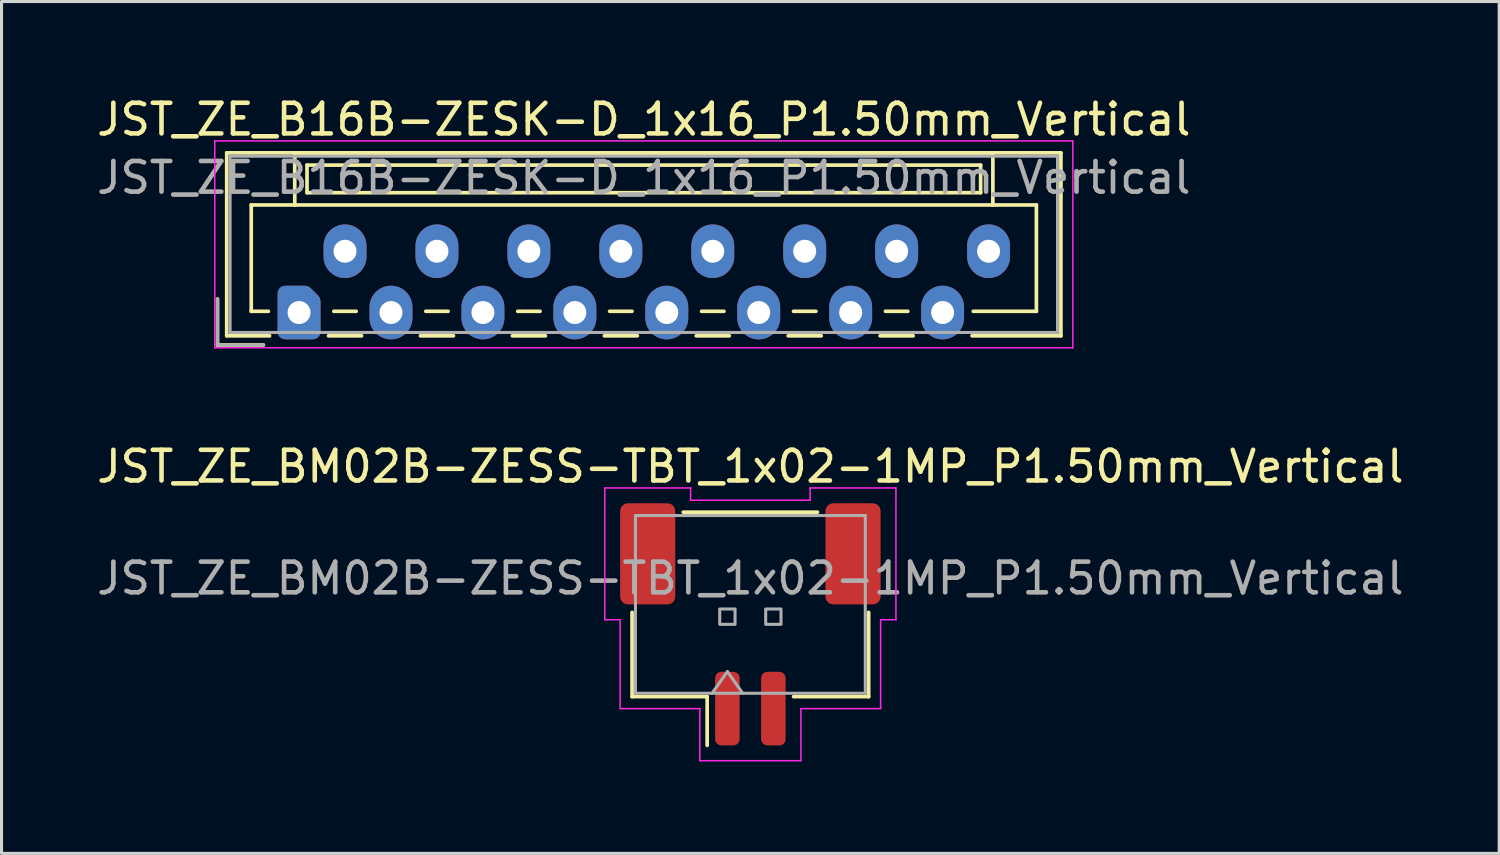
<source format=kicad_pcb>
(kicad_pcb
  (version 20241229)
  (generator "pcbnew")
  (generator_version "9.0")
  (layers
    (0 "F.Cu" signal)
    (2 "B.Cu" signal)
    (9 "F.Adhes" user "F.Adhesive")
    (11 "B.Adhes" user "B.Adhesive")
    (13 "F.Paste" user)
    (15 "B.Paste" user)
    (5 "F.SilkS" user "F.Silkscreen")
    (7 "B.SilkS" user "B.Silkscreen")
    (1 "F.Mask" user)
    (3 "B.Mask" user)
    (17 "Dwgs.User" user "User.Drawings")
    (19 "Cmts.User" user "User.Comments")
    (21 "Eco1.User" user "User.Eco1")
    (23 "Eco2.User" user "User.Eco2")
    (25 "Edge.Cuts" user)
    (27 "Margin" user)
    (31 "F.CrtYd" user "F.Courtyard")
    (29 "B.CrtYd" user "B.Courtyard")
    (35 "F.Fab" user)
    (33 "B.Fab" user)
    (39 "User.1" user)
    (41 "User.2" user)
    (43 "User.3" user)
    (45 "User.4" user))
  (footprint "JST_ZE_BM02B-ZESS-TBT_1x02-1MP_P1.50mm_Vertical"
    (layer "F.Cu")
    (at 21.435 17.322)
    (property "Reference" "JST_ZE_BM02B-ZESS-TBT_1x02-1MP_P1.50mm_Vertical" (at 0 -5.15 0) (layer "F.SilkS") (effects (font (size 1 1) (thickness 0.15))))
    (attr smd)
    (fp_line (start -3.86 -0.39) (end -3.86 2.36) (stroke (width 0.12) (type solid)) (layer "F.SilkS"))
    (fp_line (start -3.86 2.36) (end -1.41 2.36) (stroke (width 0.12) (type solid)) (layer "F.SilkS"))
    (fp_line (start -2.19 -3.66) (end 2.19 -3.66) (stroke (width 0.12) (type solid)) (layer "F.SilkS"))
    (fp_line (start -1.41 2.36) (end -1.41 3.95) (stroke (width 0.12) (type solid)) (layer "F.SilkS"))
    (fp_line (start 3.86 -0.39) (end 3.86 2.36) (stroke (width 0.12) (type solid)) (layer "F.SilkS"))
    (fp_line (start 3.86 2.36) (end 1.41 2.36) (stroke (width 0.12) (type solid)) (layer "F.SilkS"))
    (fp_line (start -4.75 -4.45) (end -1.95 -4.45) (stroke (width 0.05) (type solid)) (layer "F.CrtYd"))
    (fp_line (start -4.75 -0.15) (end -4.75 -4.45) (stroke (width 0.05) (type solid)) (layer "F.CrtYd"))
    (fp_line (start -4.25 -0.15) (end -4.75 -0.15) (stroke (width 0.05) (type solid)) (layer "F.CrtYd"))
    (fp_line (start -4.25 2.75) (end -4.25 -0.15) (stroke (width 0.05) (type solid)) (layer "F.CrtYd"))
    (fp_line (start -1.95 -4.45) (end -1.95 -4.05) (stroke (width 0.05) (type solid)) (layer "F.CrtYd"))
    (fp_line (start -1.95 -4.05) (end 1.95 -4.05) (stroke (width 0.05) (type solid)) (layer "F.CrtYd"))
    (fp_line (start -1.65 2.75) (end -4.25 2.75) (stroke (width 0.05) (type solid)) (layer "F.CrtYd"))
    (fp_line (start -1.65 4.45) (end -1.65 2.75) (stroke (width 0.05) (type solid)) (layer "F.CrtYd"))
    (fp_line (start 1.65 2.75) (end 1.65 4.45) (stroke (width 0.05) (type solid)) (layer "F.CrtYd"))
    (fp_line (start 1.65 4.45) (end -1.65 4.45) (stroke (width 0.05) (type solid)) (layer "F.CrtYd"))
    (fp_line (start 1.95 -4.45) (end 4.75 -4.45) (stroke (width 0.05) (type solid)) (layer "F.CrtYd"))
    (fp_line (start 1.95 -4.05) (end 1.95 -4.45) (stroke (width 0.05) (type solid)) (layer "F.CrtYd"))
    (fp_line (start 4.25 -0.15) (end 4.25 2.75) (stroke (width 0.05) (type solid)) (layer "F.CrtYd"))
    (fp_line (start 4.25 2.75) (end 1.65 2.75) (stroke (width 0.05) (type solid)) (layer "F.CrtYd"))
    (fp_line (start 4.75 -4.45) (end 4.75 -0.15) (stroke (width 0.05) (type solid)) (layer "F.CrtYd"))
    (fp_line (start 4.75 -0.15) (end 4.25 -0.15) (stroke (width 0.05) (type solid)) (layer "F.CrtYd"))
    (fp_line (start -3.75 -3.55) (end 3.75 -3.55) (stroke (width 0.1) (type solid)) (layer "F.Fab"))
    (fp_line (start -3.75 2.25) (end -3.75 -3.55) (stroke (width 0.1) (type solid)) (layer "F.Fab"))
    (fp_line (start -3.75 2.25) (end 3.75 2.25) (stroke (width 0.1) (type solid)) (layer "F.Fab"))
    (fp_line (start -1.25 2.25) (end -0.75 1.543) (stroke (width 0.1) (type solid)) (layer "F.Fab"))
    (fp_line (start -0.75 1.543) (end -0.25 2.25) (stroke (width 0.1) (type solid)) (layer "F.Fab"))
    (fp_line (start 3.75 2.25) (end 3.75 -3.55) (stroke (width 0.1) (type solid)) (layer "F.Fab"))
    (fp_rect (start -1 -0.5) (end -0.5 0) (stroke (width 0.1) (type solid)) (fill no) (layer "F.Fab"))
    (fp_rect (start 0.5 -0.5) (end 1 0) (stroke (width 0.1) (type solid)) (fill no) (layer "F.Fab"))
    (fp_text user "${REFERENCE}" (at 0 -1.5 0) (layer "F.Fab") (effects (font (size 1 1) (thickness 0.15))))
    (pad "1" smd roundrect (at -0.75 2.75) (size 0.8 2.4) (layers "F.Cu" "F.Mask" "F.Paste") (roundrect_rratio 0.25))
    (pad "2" smd roundrect (at 0.75 2.75) (size 0.8 2.4) (layers "F.Cu" "F.Mask" "F.Paste") (roundrect_rratio 0.25))
    (pad "MP" smd roundrect (at -3.35 -2.3) (size 1.8 3.3) (layers "F.Cu" "F.Mask" "F.Paste") (roundrect_rratio 0.139))
    (pad "MP" smd roundrect (at 3.35 -2.3) (size 1.8 3.3) (layers "F.Cu" "F.Mask" "F.Paste") (roundrect_rratio 0.139)))
  (footprint "JST_ZE_B16B-ZESK-D_1x16_P1.50mm_Vertical"
    (layer "F.Cu")
    (at 6.708 7.148)
    (property "Reference" "JST_ZE_B16B-ZESK-D_1x16_P1.50mm_Vertical" (at 11.25 -6.3 0) (layer "F.SilkS") (effects (font (size 1 1) (thickness 0.15))))
    (attr through_hole)
    (fp_line (start -2.66 -0.44) (end -2.66 1.06) (stroke (width 0.12) (type solid)) (layer "F.SilkS"))
    (fp_line (start -2.66 1.06) (end -1.16 1.06) (stroke (width 0.12) (type solid)) (layer "F.SilkS"))
    (fp_line (start -2.36 -5.21) (end 24.86 -5.21) (stroke (width 0.12) (type solid)) (layer "F.SilkS"))
    (fp_line (start -2.36 0.76) (end -2.36 -5.21) (stroke (width 0.12) (type solid)) (layer "F.SilkS"))
    (fp_line (start -1.56 -3.51) (end -1.56 -0.04) (stroke (width 0.12) (type solid)) (layer "F.SilkS"))
    (fp_line (start -1.56 -0.04) (end -1 -0.04) (stroke (width 0.12) (type solid)) (layer "F.SilkS"))
    (fp_line (start -0.96 0.76) (end -2.36 0.76) (stroke (width 0.12) (type solid)) (layer "F.SilkS"))
    (fp_line (start -0.14 -5.21) (end -0.14 -3.51) (stroke (width 0.12) (type solid)) (layer "F.SilkS"))
    (fp_line (start -0.14 -3.51) (end -1.56 -3.51) (stroke (width 0.12) (type solid)) (layer "F.SilkS"))
    (fp_line (start -0.14 -3.51) (end 22.64 -3.51) (stroke (width 0.12) (type solid)) (layer "F.SilkS"))
    (fp_line (start 0.26 -4.81) (end 0.26 -3.91) (stroke (width 0.12) (type solid)) (layer "F.SilkS"))
    (fp_line (start 0.26 -3.91) (end 22.24 -3.91) (stroke (width 0.12) (type solid)) (layer "F.SilkS"))
    (fp_line (start 0.96 0.76) (end 2.04 0.76) (stroke (width 0.12) (type solid)) (layer "F.SilkS"))
    (fp_line (start 1.135 -0.04) (end 1.865 -0.04) (stroke (width 0.12) (type solid)) (layer "F.SilkS"))
    (fp_line (start 3.96 0.76) (end 5.04 0.76) (stroke (width 0.12) (type solid)) (layer "F.SilkS"))
    (fp_line (start 4.135 -0.04) (end 4.865 -0.04) (stroke (width 0.12) (type solid)) (layer "F.SilkS"))
    (fp_line (start 6.96 0.76) (end 8.04 0.76) (stroke (width 0.12) (type solid)) (layer "F.SilkS"))
    (fp_line (start 7.135 -0.04) (end 7.865 -0.04) (stroke (width 0.12) (type solid)) (layer "F.SilkS"))
    (fp_line (start 9.96 0.76) (end 11.04 0.76) (stroke (width 0.12) (type solid)) (layer "F.SilkS"))
    (fp_line (start 10.135 -0.04) (end 10.865 -0.04) (stroke (width 0.12) (type solid)) (layer "F.SilkS"))
    (fp_line (start 12.96 0.76) (end 14.04 0.76) (stroke (width 0.12) (type solid)) (layer "F.SilkS"))
    (fp_line (start 13.135 -0.04) (end 13.865 -0.04) (stroke (width 0.12) (type solid)) (layer "F.SilkS"))
    (fp_line (start 15.96 0.76) (end 17.04 0.76) (stroke (width 0.12) (type solid)) (layer "F.SilkS"))
    (fp_line (start 16.135 -0.04) (end 16.865 -0.04) (stroke (width 0.12) (type solid)) (layer "F.SilkS"))
    (fp_line (start 18.96 0.76) (end 20.04 0.76) (stroke (width 0.12) (type solid)) (layer "F.SilkS"))
    (fp_line (start 19.135 -0.04) (end 19.865 -0.04) (stroke (width 0.12) (type solid)) (layer "F.SilkS"))
    (fp_line (start 22.24 -4.81) (end 0.26 -4.81) (stroke (width 0.12) (type solid)) (layer "F.SilkS"))
    (fp_line (start 22.24 -3.91) (end 22.24 -4.81) (stroke (width 0.12) (type solid)) (layer "F.SilkS"))
    (fp_line (start 22.64 -5.21) (end -0.14 -5.21) (stroke (width 0.12) (type solid)) (layer "F.SilkS"))
    (fp_line (start 22.64 -3.51) (end 22.64 -5.21) (stroke (width 0.12) (type solid)) (layer "F.SilkS"))
    (fp_line (start 22.64 -3.51) (end 24.06 -3.51) (stroke (width 0.12) (type solid)) (layer "F.SilkS"))
    (fp_line (start 24.06 -3.51) (end 24.06 -0.04) (stroke (width 0.12) (type solid)) (layer "F.SilkS"))
    (fp_line (start 24.06 -0.04) (end 22 -0.04) (stroke (width 0.12) (type solid)) (layer "F.SilkS"))
    (fp_line (start 24.86 -5.21) (end 24.86 0.76) (stroke (width 0.12) (type solid)) (layer "F.SilkS"))
    (fp_line (start 24.86 0.76) (end 21.96 0.76) (stroke (width 0.12) (type solid)) (layer "F.SilkS"))
    (fp_line (start -2.75 -5.6) (end -2.75 1.15) (stroke (width 0.05) (type solid)) (layer "F.CrtYd"))
    (fp_line (start -2.75 1.15) (end 25.25 1.15) (stroke (width 0.05) (type solid)) (layer "F.CrtYd"))
    (fp_line (start 25.25 -5.6) (end -2.75 -5.6) (stroke (width 0.05) (type solid)) (layer "F.CrtYd"))
    (fp_line (start 25.25 1.15) (end 25.25 -5.6) (stroke (width 0.05) (type solid)) (layer "F.CrtYd"))
    (fp_line (start -2.66 -0.44) (end -2.66 1.06) (stroke (width 0.1) (type solid)) (layer "F.Fab"))
    (fp_line (start -2.66 1.06) (end -1.16 1.06) (stroke (width 0.1) (type solid)) (layer "F.Fab"))
    (fp_line (start -2.25 -5.1) (end -2.25 0.65) (stroke (width 0.1) (type solid)) (layer "F.Fab"))
    (fp_line (start -2.25 0.65) (end 24.75 0.65) (stroke (width 0.1) (type solid)) (layer "F.Fab"))
    (fp_line (start 24.75 -5.1) (end -2.25 -5.1) (stroke (width 0.1) (type solid)) (layer "F.Fab"))
    (fp_line (start 24.75 0.65) (end 24.75 -5.1) (stroke (width 0.1) (type solid)) (layer "F.Fab"))
    (fp_text user "${REFERENCE}" (at 11.25 -4.4 0) (layer "F.Fab") (effects (font (size 1 1) (thickness 0.15))))
    (pad "1" thru_hole custom (at 0 0) (size 1.117 1.117) (drill 0.75) (layers "*.Cu" "*.Mask") (options (anchor circle)) (primitives (gr_poly (pts (xy -0.45 -0.625) (xy 0.196 -0.625) (xy 0.45 -0.371) (xy 0.45 0.625) (xy -0.45 0.625)) (width 0.5) (fill yes))))
    (pad "2" thru_hole oval (at 1.5 -2) (size 1.4 1.75) (drill 0.75) (layers "*.Cu" "*.Mask"))
    (pad "3" thru_hole oval (at 3 0) (size 1.4 1.75) (drill 0.75) (layers "*.Cu" "*.Mask"))
    (pad "4" thru_hole oval (at 4.5 -2) (size 1.4 1.75) (drill 0.75) (layers "*.Cu" "*.Mask"))
    (pad "5" thru_hole oval (at 6 0) (size 1.4 1.75) (drill 0.75) (layers "*.Cu" "*.Mask"))
    (pad "6" thru_hole oval (at 7.5 -2) (size 1.4 1.75) (drill 0.75) (layers "*.Cu" "*.Mask"))
    (pad "7" thru_hole oval (at 9 0) (size 1.4 1.75) (drill 0.75) (layers "*.Cu" "*.Mask"))
    (pad "8" thru_hole oval (at 10.5 -2) (size 1.4 1.75) (drill 0.75) (layers "*.Cu" "*.Mask"))
    (pad "9" thru_hole oval (at 12 0) (size 1.4 1.75) (drill 0.75) (layers "*.Cu" "*.Mask"))
    (pad "10" thru_hole oval (at 13.5 -2) (size 1.4 1.75) (drill 0.75) (layers "*.Cu" "*.Mask"))
    (pad "11" thru_hole oval (at 15 0) (size 1.4 1.75) (drill 0.75) (layers "*.Cu" "*.Mask"))
    (pad "12" thru_hole oval (at 16.5 -2) (size 1.4 1.75) (drill 0.75) (layers "*.Cu" "*.Mask"))
    (pad "13" thru_hole oval (at 18 0) (size 1.4 1.75) (drill 0.75) (layers "*.Cu" "*.Mask"))
    (pad "14" thru_hole oval (at 19.5 -2) (size 1.4 1.75) (drill 0.75) (layers "*.Cu" "*.Mask"))
    (pad "15" thru_hole oval (at 21 0) (size 1.4 1.75) (drill 0.75) (layers "*.Cu" "*.Mask"))
    (pad "16" thru_hole oval (at 22.5 -2) (size 1.4 1.75) (drill 0.75) (layers "*.Cu" "*.Mask")))
  (gr_rect
    (start -3 -3)
    (end 45.869 24.797)
    (stroke (width 0.1) (type default))
    (fill no)
    (layer "Edge.Cuts")))
</source>
